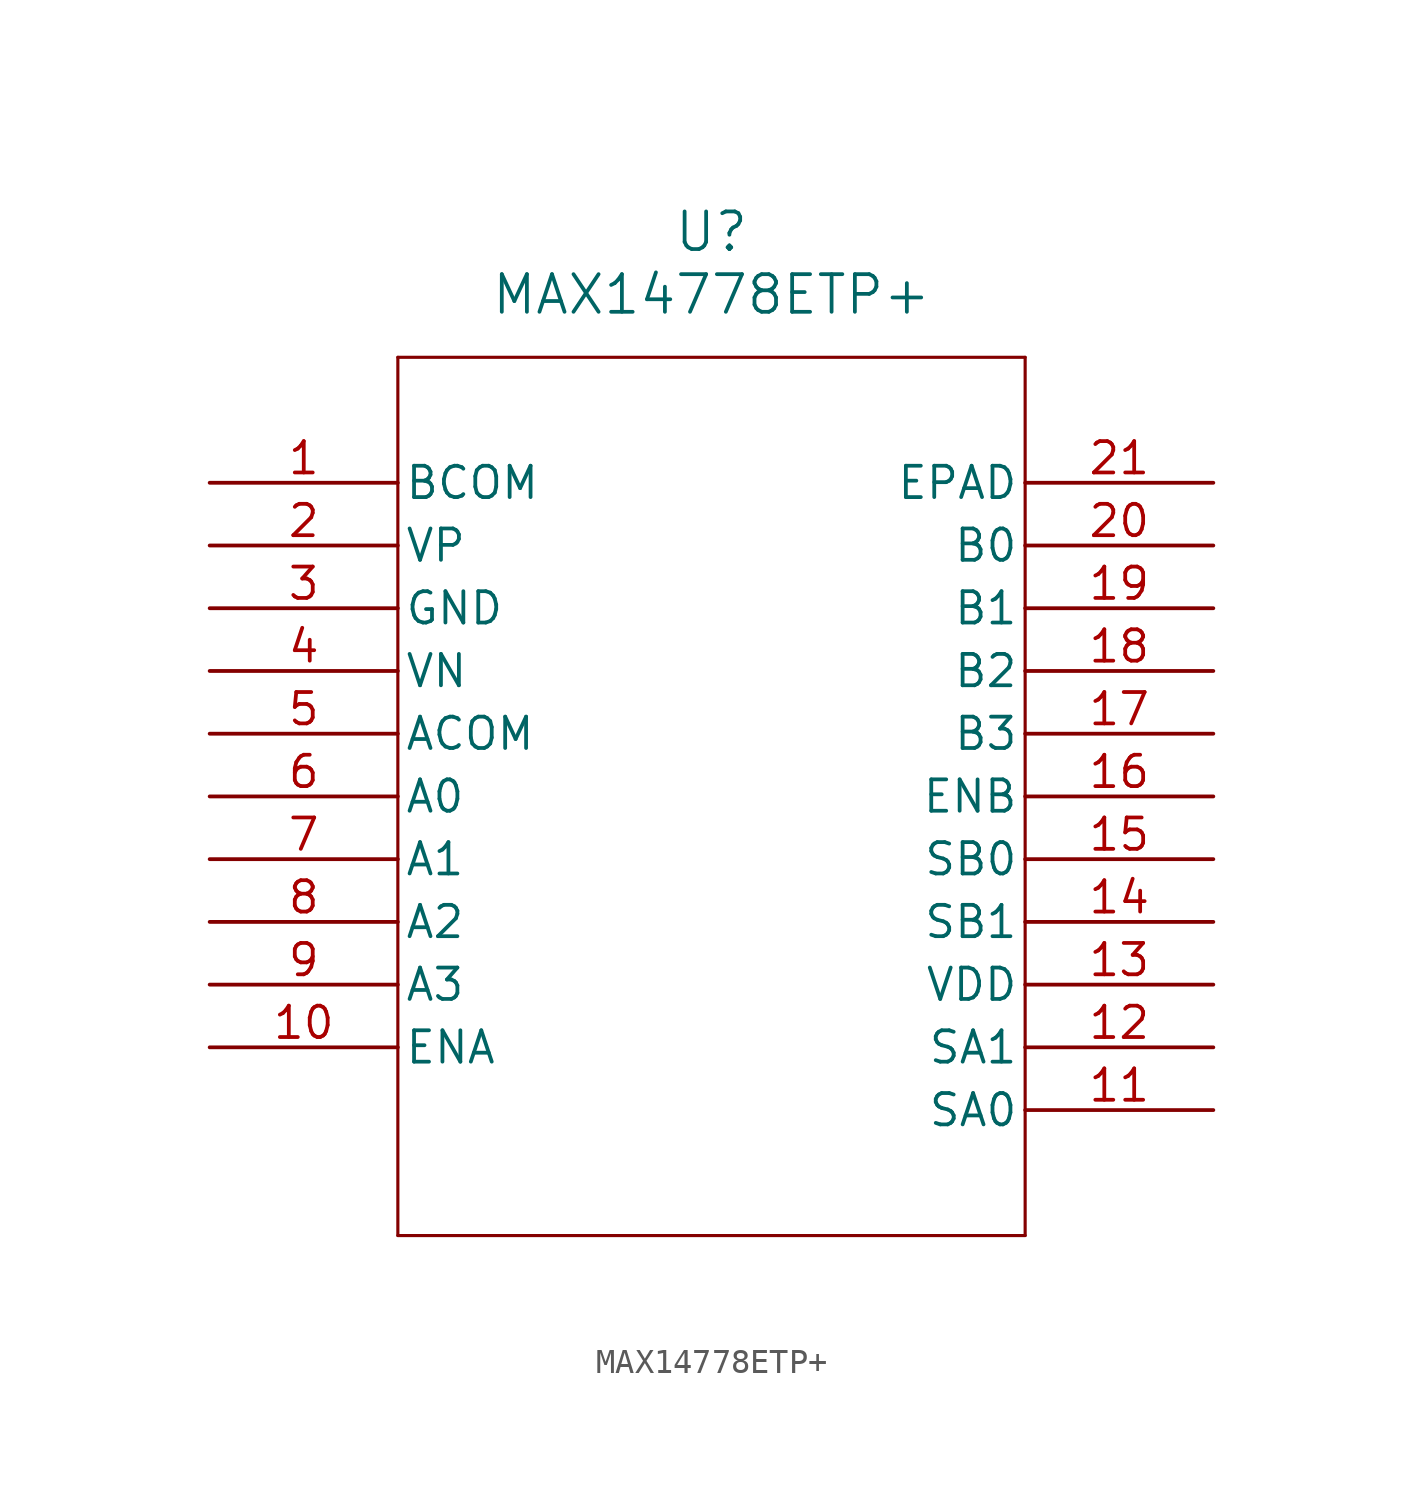
<source format=kicad_sym>
(kicad_symbol_lib
  (version 20211014)
  (generator kicad_symbol_editor)
  (symbol "MAX14778ETP+"
    (pin_names
      (offset 0.254))
    (property "Reference" "U"
      (at 20.32 10.16 0)
      (effects (font (size 1.524 1.524))))
    (property "Value" "MAX14778ETP+"
      (at 20.32 7.62 0)
      (effects (font (size 1.524 1.524))))
    (symbol "MAX14778ETP+_0_1"
      (polyline (pts (xy 7.62 5.08) (xy 7.62 -30.48)) (stroke (width 0.127) (type default) (color 0 0 0 0)) (fill (type none)))
      (polyline (pts (xy 7.62 -30.48) (xy 33.02 -30.48)) (stroke (width 0.127) (type default) (color 0 0 0 0)) (fill (type none)))
      (polyline (pts (xy 33.02 -30.48) (xy 33.02 5.08)) (stroke (width 0.127) (type default) (color 0 0 0 0)) (fill (type none)))
      (polyline (pts (xy 33.02 5.08) (xy 7.62 5.08)) (stroke (width 0.127) (type default) (color 0 0 0 0)) (fill (type none)))
      (pin unspecified line (at 0 0 0) (length 7.62) (name "BCOM" (effects (font (size 1.27 1.27)))) (number "1" (effects (font (size 1.27 1.27)))))
      (pin output line (at 0 -2.54 0) (length 7.62) (name "VP" (effects (font (size 1.27 1.27)))) (number "2" (effects (font (size 1.27 1.27)))))
      (pin power_in line (at 0 -5.08 0) (length 7.62) (name "GND" (effects (font (size 1.27 1.27)))) (number "3" (effects (font (size 1.27 1.27)))))
      (pin output line (at 0 -7.62 0) (length 7.62) (name "VN" (effects (font (size 1.27 1.27)))) (number "4" (effects (font (size 1.27 1.27)))))
      (pin unspecified line (at 0 -10.16 0) (length 7.62) (name "ACOM" (effects (font (size 1.27 1.27)))) (number "5" (effects (font (size 1.27 1.27)))))
      (pin bidirectional line (at 0 -12.7 0) (length 7.62) (name "A0" (effects (font (size 1.27 1.27)))) (number "6" (effects (font (size 1.27 1.27)))))
      (pin bidirectional line (at 0 -15.24 0) (length 7.62) (name "A1" (effects (font (size 1.27 1.27)))) (number "7" (effects (font (size 1.27 1.27)))))
      (pin bidirectional line (at 0 -17.78 0) (length 7.62) (name "A2" (effects (font (size 1.27 1.27)))) (number "8" (effects (font (size 1.27 1.27)))))
      (pin bidirectional line (at 0 -20.32 0) (length 7.62) (name "A3" (effects (font (size 1.27 1.27)))) (number "9" (effects (font (size 1.27 1.27)))))
      (pin input line (at 0 -22.86 0) (length 7.62) (name "ENA" (effects (font (size 1.27 1.27)))) (number "10" (effects (font (size 1.27 1.27)))))
      (pin input line (at 40.64 -25.4 180) (length 7.62) (name "SA0" (effects (font (size 1.27 1.27)))) (number "11" (effects (font (size 1.27 1.27)))))
      (pin input line (at 40.64 -22.86 180) (length 7.62) (name "SA1" (effects (font (size 1.27 1.27)))) (number "12" (effects (font (size 1.27 1.27)))))
      (pin power_in line (at 40.64 -20.32 180) (length 7.62) (name "VDD" (effects (font (size 1.27 1.27)))) (number "13" (effects (font (size 1.27 1.27)))))
      (pin input line (at 40.64 -17.78 180) (length 7.62) (name "SB1" (effects (font (size 1.27 1.27)))) (number "14" (effects (font (size 1.27 1.27)))))
      (pin input line (at 40.64 -15.24 180) (length 7.62) (name "SB0" (effects (font (size 1.27 1.27)))) (number "15" (effects (font (size 1.27 1.27)))))
      (pin input line (at 40.64 -12.7 180) (length 7.62) (name "ENB" (effects (font (size 1.27 1.27)))) (number "16" (effects (font (size 1.27 1.27)))))
      (pin bidirectional line (at 40.64 -10.16 180) (length 7.62) (name "B3" (effects (font (size 1.27 1.27)))) (number "17" (effects (font (size 1.27 1.27)))))
      (pin bidirectional line (at 40.64 -7.62 180) (length 7.62) (name "B2" (effects (font (size 1.27 1.27)))) (number "18" (effects (font (size 1.27 1.27)))))
      (pin bidirectional line (at 40.64 -5.08 180) (length 7.62) (name "B1" (effects (font (size 1.27 1.27)))) (number "19" (effects (font (size 1.27 1.27)))))
      (pin bidirectional line (at 40.64 -2.54 180) (length 7.62) (name "B0" (effects (font (size 1.27 1.27)))) (number "20" (effects (font (size 1.27 1.27)))))
      (pin unspecified line (at 40.64 0 180) (length 7.62) (name "EPAD" (effects (font (size 1.27 1.27)))) (number "21" (effects (font (size 1.27 1.27))))))))
</source>
